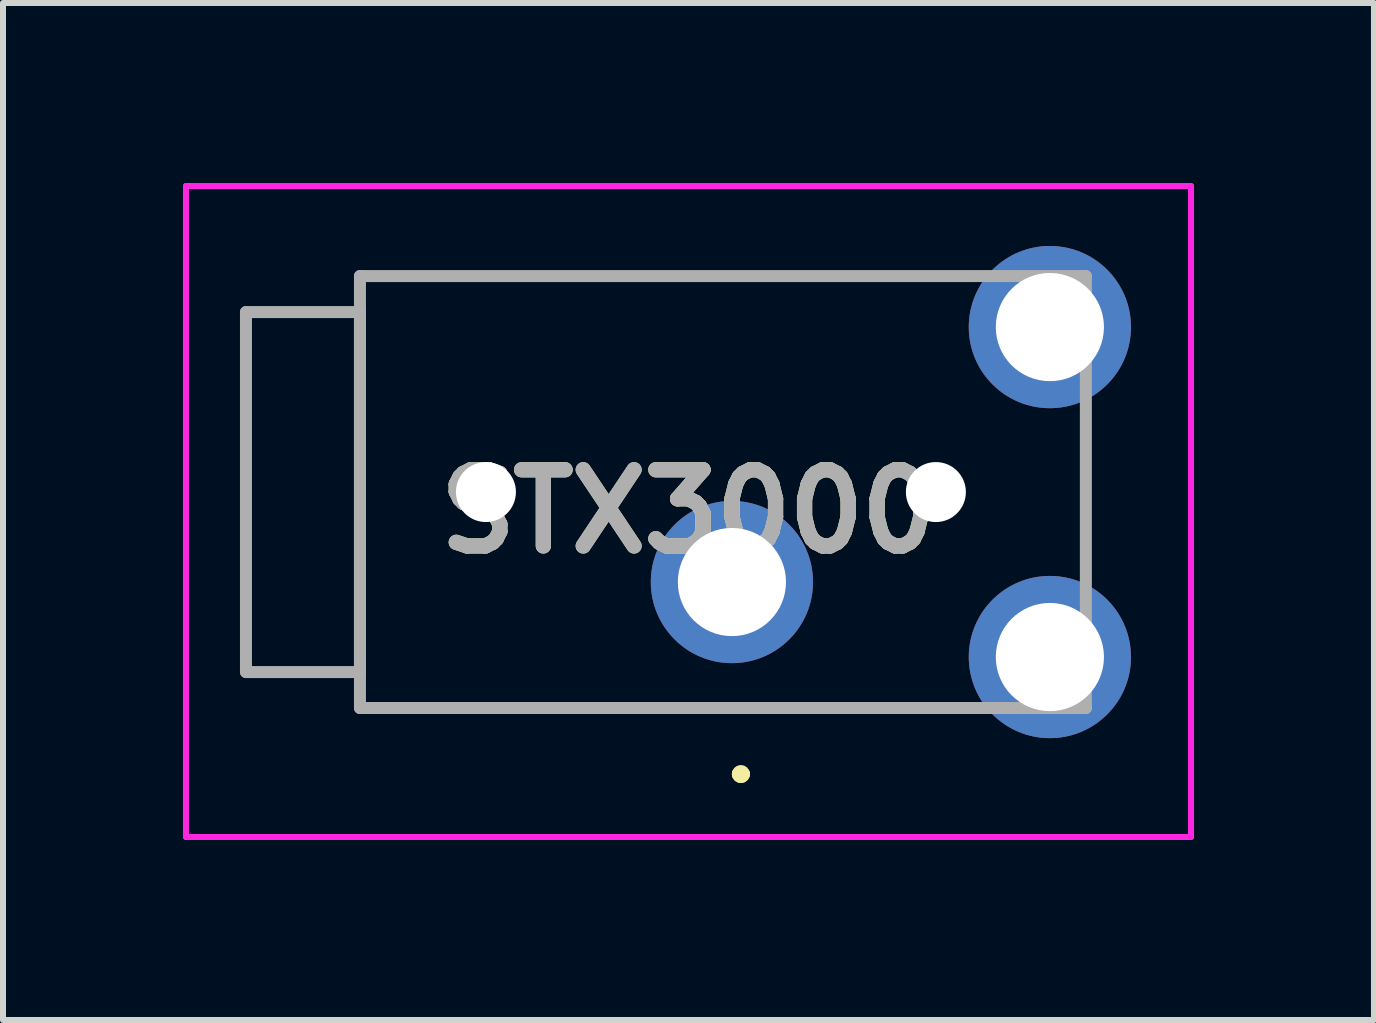
<source format=kicad_pcb>
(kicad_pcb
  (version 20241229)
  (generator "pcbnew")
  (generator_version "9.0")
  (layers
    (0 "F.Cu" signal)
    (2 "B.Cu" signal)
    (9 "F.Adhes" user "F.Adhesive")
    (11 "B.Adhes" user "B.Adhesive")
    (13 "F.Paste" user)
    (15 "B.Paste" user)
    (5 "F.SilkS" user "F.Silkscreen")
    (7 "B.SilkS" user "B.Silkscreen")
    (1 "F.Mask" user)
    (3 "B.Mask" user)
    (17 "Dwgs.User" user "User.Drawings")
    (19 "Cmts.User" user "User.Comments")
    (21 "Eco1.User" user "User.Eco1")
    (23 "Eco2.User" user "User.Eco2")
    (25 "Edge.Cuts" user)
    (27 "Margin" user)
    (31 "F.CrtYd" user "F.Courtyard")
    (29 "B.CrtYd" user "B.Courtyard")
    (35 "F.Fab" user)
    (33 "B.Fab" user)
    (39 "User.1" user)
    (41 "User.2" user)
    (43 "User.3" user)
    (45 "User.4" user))
  (footprint "STX3000"
    (layer "F.Cu")
    (at 9.15 6.652)
    (property "Reference" "STX3000" (at -0.724 -1.176 0) (layer "F.SilkS") (effects (font (size 1.27 1.27) (thickness 0.254))))
    (attr through_hole)
    (fp_line (start -8.1 -4.5) (end -8.1 1.5) (stroke (width 0.1) (type solid)) (layer "F.SilkS"))
    (fp_line (start -8.1 1.5) (end -6.2 1.5) (stroke (width 0.1) (type solid)) (layer "F.SilkS"))
    (fp_line (start -6.2 -5.1) (end -6.2 -5.1) (stroke (width 0.1) (type solid)) (layer "F.SilkS"))
    (fp_line (start -6.2 -5.1) (end -6.2 -5.1) (stroke (width 0.1) (type solid)) (layer "F.SilkS"))
    (fp_line (start -6.2 -5.1) (end -6.2 -4.5) (stroke (width 0.1) (type solid)) (layer "F.SilkS"))
    (fp_line (start -6.2 -5.1) (end 3.3 -5.1) (stroke (width 0.1) (type solid)) (layer "F.SilkS"))
    (fp_line (start -6.2 -4.5) (end -8.1 -4.5) (stroke (width 0.1) (type solid)) (layer "F.SilkS"))
    (fp_line (start -6.2 -4.5) (end -6.2 -5.1) (stroke (width 0.1) (type solid)) (layer "F.SilkS"))
    (fp_line (start -6.2 -4.5) (end -6.2 -4.5) (stroke (width 0.1) (type solid)) (layer "F.SilkS"))
    (fp_line (start -6.2 1.5) (end -6.2 -4.5) (stroke (width 0.1) (type solid)) (layer "F.SilkS"))
    (fp_line (start -6.2 1.5) (end -6.2 1.5) (stroke (width 0.1) (type solid)) (layer "F.SilkS"))
    (fp_line (start -6.2 1.5) (end -6.2 2.1) (stroke (width 0.1) (type solid)) (layer "F.SilkS"))
    (fp_line (start -6.2 2.1) (end -6.2 1.5) (stroke (width 0.1) (type solid)) (layer "F.SilkS"))
    (fp_line (start -6.2 2.1) (end -6.2 2.1) (stroke (width 0.1) (type solid)) (layer "F.SilkS"))
    (fp_line (start -6.2 2.1) (end -6.2 2.1) (stroke (width 0.1) (type solid)) (layer "F.SilkS"))
    (fp_line (start -6.2 2.1) (end 3.3 2.1) (stroke (width 0.1) (type solid)) (layer "F.SilkS"))
    (fp_line (start 0.1 3.2) (end 0.1 3.2) (stroke (width 0.2) (type solid)) (layer "F.SilkS"))
    (fp_line (start 0.1 3.2) (end 0.1 3.2) (stroke (width 0.2) (type solid)) (layer "F.SilkS"))
    (fp_line (start 0.2 3.2) (end 0.2 3.2) (stroke (width 0.2) (type solid)) (layer "F.SilkS"))
    (fp_line (start 3.3 -5.1) (end -6.2 -5.1) (stroke (width 0.1) (type solid)) (layer "F.SilkS"))
    (fp_line (start 3.3 -5.1) (end 3.3 -5.1) (stroke (width 0.1) (type solid)) (layer "F.SilkS"))
    (fp_line (start 3.3 2.1) (end -6.2 2.1) (stroke (width 0.1) (type solid)) (layer "F.SilkS"))
    (fp_line (start 3.3 2.1) (end 3.3 2.1) (stroke (width 0.1) (type solid)) (layer "F.SilkS"))
    (fp_arc (start 0.1 3.2) (mid 0.15 3.15) (end 0.2 3.2) (stroke (width 0.2) (type solid)) (layer "F.SilkS"))
    (fp_arc (start 0.2 3.2) (mid 0.15 3.25) (end 0.1 3.2) (stroke (width 0.2) (type solid)) (layer "F.SilkS"))
    (fp_arc (start 0.2 3.2) (mid 0.15 3.25) (end 0.1 3.2) (stroke (width 0.2) (type solid)) (layer "F.SilkS"))
    (fp_line (start -9.1 -6.602) (end -9.1 4.25) (stroke (width 0.1) (type solid)) (layer "F.CrtYd"))
    (fp_line (start -9.1 4.25) (end 7.652 4.25) (stroke (width 0.1) (type solid)) (layer "F.CrtYd"))
    (fp_line (start 7.652 -6.602) (end -9.1 -6.602) (stroke (width 0.1) (type solid)) (layer "F.CrtYd"))
    (fp_line (start 7.652 4.25) (end 7.652 -6.602) (stroke (width 0.1) (type solid)) (layer "F.CrtYd"))
    (fp_line (start -8.1 -4.5) (end -8.1 1.5) (stroke (width 0.2) (type solid)) (layer "F.Fab"))
    (fp_line (start -8.1 1.5) (end -6.2 1.5) (stroke (width 0.2) (type solid)) (layer "F.Fab"))
    (fp_line (start -6.2 -5.1) (end 5.9 -5.1) (stroke (width 0.2) (type solid)) (layer "F.Fab"))
    (fp_line (start -6.2 -4.5) (end -8.1 -4.5) (stroke (width 0.2) (type solid)) (layer "F.Fab"))
    (fp_line (start -6.2 1.5) (end -6.2 -4.5) (stroke (width 0.2) (type solid)) (layer "F.Fab"))
    (fp_line (start -6.2 2.1) (end -6.2 -5.1) (stroke (width 0.2) (type solid)) (layer "F.Fab"))
    (fp_line (start 5.9 -5.1) (end 5.9 2.1) (stroke (width 0.2) (type solid)) (layer "F.Fab"))
    (fp_line (start 5.9 2.1) (end -6.2 2.1) (stroke (width 0.2) (type solid)) (layer "F.Fab"))
    (fp_text user "${REFERENCE}" (at -0.724 -1.176 0) (layer "F.Fab") (effects (font (size 1.27 1.27) (thickness 0.254))))
    (pad "" np_thru_hole circle (at -4.1 -1.5) (size 1 1) (drill 1) (layers "*.Cu" "*.Mask"))
    (pad "" np_thru_hole circle (at 3.4 -1.5) (size 1 1) (drill 1) (layers "*.Cu" "*.Mask"))
    (pad "1" thru_hole circle (at 0 0) (size 2.704 2.704) (drill 1.803) (layers "*.Cu" "*.Mask"))
    (pad "2" thru_hole circle (at 5.3 -4.25) (size 2.704 2.704) (drill 1.803) (layers "*.Cu" "*.Mask"))
    (pad "3" thru_hole circle (at 5.3 1.25) (size 2.704 2.704) (drill 1.803) (layers "*.Cu" "*.Mask")))
  (gr_rect
    (start -3 -3)
    (end 19.852 13.952)
    (stroke (width 0.1) (type default))
    (fill no)
    (layer "Edge.Cuts")))
</source>
